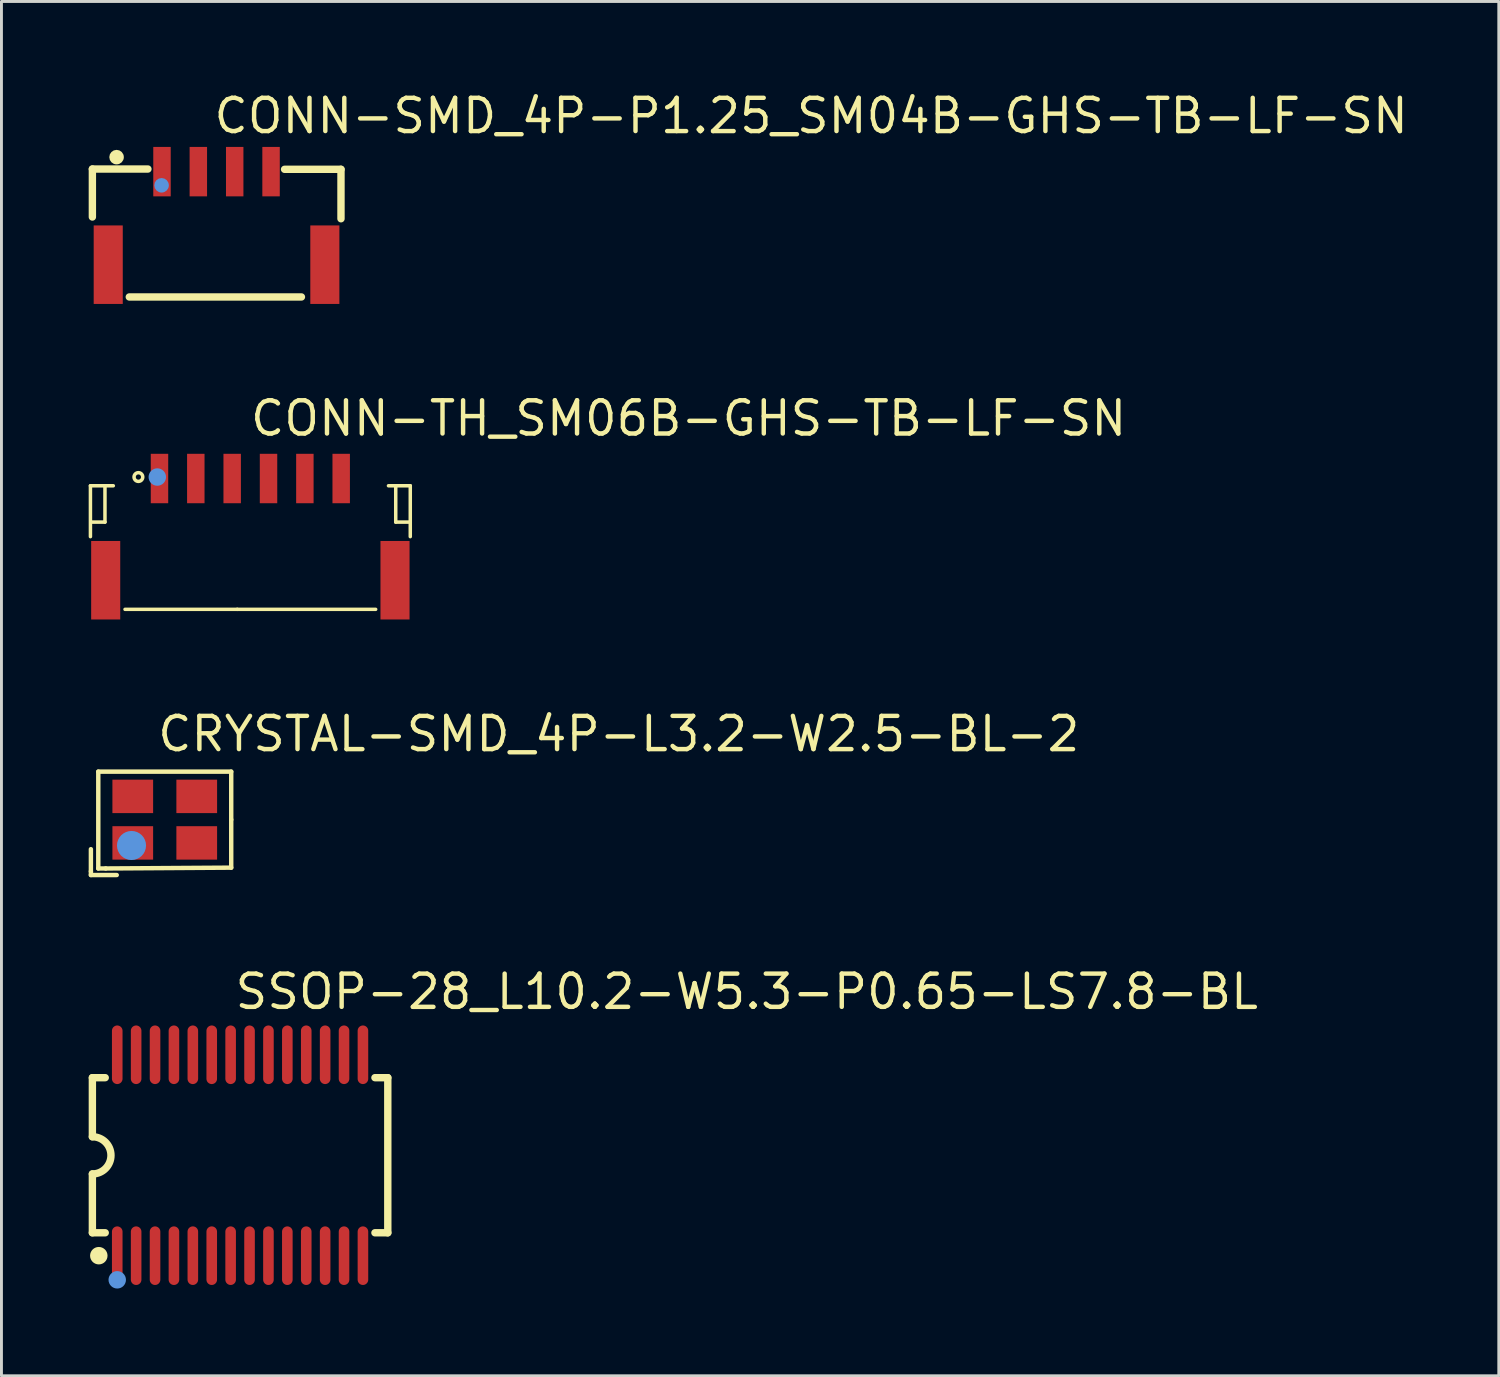
<source format=kicad_pcb>
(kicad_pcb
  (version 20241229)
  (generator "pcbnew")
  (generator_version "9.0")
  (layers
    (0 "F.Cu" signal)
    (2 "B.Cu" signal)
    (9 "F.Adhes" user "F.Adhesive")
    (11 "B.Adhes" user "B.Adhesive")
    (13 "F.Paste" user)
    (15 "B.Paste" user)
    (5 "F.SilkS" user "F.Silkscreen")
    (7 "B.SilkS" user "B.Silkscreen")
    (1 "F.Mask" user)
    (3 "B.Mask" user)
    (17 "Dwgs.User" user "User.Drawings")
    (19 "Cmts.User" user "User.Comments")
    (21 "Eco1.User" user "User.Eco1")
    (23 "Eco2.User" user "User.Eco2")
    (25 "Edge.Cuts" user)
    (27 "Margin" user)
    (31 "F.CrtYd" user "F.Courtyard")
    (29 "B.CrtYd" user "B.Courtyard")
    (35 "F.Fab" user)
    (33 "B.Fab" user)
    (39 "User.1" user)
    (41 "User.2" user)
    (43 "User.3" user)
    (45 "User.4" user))
  (footprint "CONN-TH_SM06B-GHS-TB-LF-SN"
    (layer "F.Cu")
    (at 5.56 15.156)
    (property "Reference" "CONN-TH_SM06B-GHS-TB-LF-SN" (at -0.077 -3.818 0) (layer "F.SilkS") (effects (font (size 1.143 1.143) (thickness 0.152)) (justify left)))
    (attr smd)
    (fp_line (start -5.5 -1.5) (end -4.713 -1.5) (stroke (width 0.12) (type solid)) (layer "F.SilkS"))
    (fp_line (start -5.5 0.25) (end -5.5 -1.5) (stroke (width 0.12) (type solid)) (layer "F.SilkS"))
    (fp_line (start -5 -1.5) (end -5 -0.25) (stroke (width 0.12) (type solid)) (layer "F.SilkS"))
    (fp_line (start -5 -0.25) (end -5.464 -0.25) (stroke (width 0.12) (type solid)) (layer "F.SilkS"))
    (fp_line (start -0.45 2.75) (end -4.31 2.75) (stroke (width 0.12) (type solid)) (layer "F.SilkS"))
    (fp_line (start -0.45 2.75) (end 4.31 2.75) (stroke (width 0.12) (type solid)) (layer "F.SilkS"))
    (fp_line (start 4.75 -1.5) (end 5.5 -1.5) (stroke (width 0.12) (type solid)) (layer "F.SilkS"))
    (fp_line (start 5 -1.5) (end 5 -0.25) (stroke (width 0.12) (type solid)) (layer "F.SilkS"))
    (fp_line (start 5 -0.25) (end 5.5 -0.25) (stroke (width 0.12) (type solid)) (layer "F.SilkS"))
    (fp_line (start 5.5 -1.5) (end 5.5 0.25) (stroke (width 0.12) (type solid)) (layer "F.SilkS"))
    (fp_circle (center -3.85 -1.8) (end -3.85 -1.65) (stroke (width 0.12) (type solid)) (fill no) (layer "F.SilkS"))
    (fp_circle (center -3.2 -1.8) (end -3.2 -1.65) (stroke (width 0.3) (type solid)) (fill no) (layer "Cmts.User"))
    (pad "1" smd rect (at -3.125 -1.749) (size 0.6 1.7) (layers "F.Cu" "F.Mask" "F.Paste"))
    (pad "2" smd rect (at -1.876 -1.749) (size 0.6 1.7) (layers "F.Cu" "F.Mask" "F.Paste"))
    (pad "3" smd rect (at -0.625 -1.749) (size 0.6 1.7) (layers "F.Cu" "F.Mask" "F.Paste"))
    (pad "4" smd rect (at 0.625 -1.749) (size 0.6 1.7) (layers "F.Cu" "F.Mask" "F.Paste"))
    (pad "5" smd rect (at 1.875 -1.749) (size 0.6 1.7) (layers "F.Cu" "F.Mask" "F.Paste"))
    (pad "6" smd rect (at 3.124 -1.749) (size 0.6 1.7) (layers "F.Cu" "F.Mask" "F.Paste"))
    (pad "7" smd rect (at -4.975 1.749) (size 1 2.7) (layers "F.Cu" "F.Mask" "F.Paste"))
    (pad "8" smd rect (at 4.975 1.749) (size 1 2.7) (layers "F.Cu" "F.Mask" "F.Paste")))
  (footprint "CRYSTAL-SMD_4P-L3.2-W2.5-BL-2"
    (layer "F.Cu")
    (at 2.616 25.139)
    (property "Reference" "CRYSTAL-SMD_4P-L3.2-W2.5-BL-2" (at -0.324 -2.947 0) (layer "F.SilkS") (effects (font (size 1.143 1.143) (thickness 0.152)) (justify left)))
    (attr smd)
    (fp_line (start -2.54 1.016) (end -2.54 1.778) (stroke (width 0.152) (type solid)) (layer "F.SilkS"))
    (fp_line (start -2.54 1.778) (end -2.54 1.905) (stroke (width 0.152) (type solid)) (layer "F.SilkS"))
    (fp_line (start -2.54 1.905) (end -1.651 1.905) (stroke (width 0.152) (type solid)) (layer "F.SilkS"))
    (fp_line (start -2.286 -1.651) (end 2.286 -1.651) (stroke (width 0.152) (type solid)) (layer "F.SilkS"))
    (fp_line (start -2.286 1.679) (end -2.286 -1.651) (stroke (width 0.152) (type solid)) (layer "F.SilkS"))
    (fp_line (start -2.03 1.679) (end -2.286 1.679) (stroke (width 0.152) (type solid)) (layer "F.SilkS"))
    (fp_line (start 2.286 -1.651) (end 2.286 -0.000279) (stroke (width 0.152) (type solid)) (layer "F.SilkS"))
    (fp_line (start 2.286 -0.000279) (end 2.286 1.651) (stroke (width 0.152) (type solid)) (layer "F.SilkS"))
    (fp_line (start 2.286 1.651) (end -2.03 1.679) (stroke (width 0.152) (type solid)) (layer "F.SilkS"))
    (fp_circle (center -1.143 0.889) (end -1.143 1.139) (stroke (width 0.5) (type solid)) (fill no) (layer "Cmts.User"))
    (pad "1" smd rect (at -1.1 0.8) (size 1.4 1.15) (layers "F.Cu" "F.Mask" "F.Paste"))
    (pad "2" smd rect (at 1.1 0.8) (size 1.4 1.15) (layers "F.Cu" "F.Mask" "F.Paste"))
    (pad "3" smd rect (at 1.1 -0.8) (size 1.4 1.15) (layers "F.Cu" "F.Mask" "F.Paste"))
    (pad "4" smd rect (at -1.1 -0.8) (size 1.4 1.15) (layers "F.Cu" "F.Mask" "F.Paste")))
  (footprint "CONN-SMD_4P-P1.25_SM04B-GHS-TB-LF-SN"
    (layer "F.Cu")
    (at 4.397 4.453)
    (property "Reference" "CONN-SMD_4P-P1.25_SM04B-GHS-TB-LF-SN" (at -0.169 -3.517 0) (layer "F.SilkS") (effects (font (size 1.143 1.143) (thickness 0.152)) (justify left)))
    (attr smd)
    (fp_line (start -4.27 -1.69) (end -4.27 -0.04) (stroke (width 0.254) (type solid)) (layer "F.SilkS"))
    (fp_line (start -3 2.71) (end 2.92 2.71) (stroke (width 0.254) (type solid)) (layer "F.SilkS"))
    (fp_line (start -2.36 -1.69) (end -4.27 -1.69) (stroke (width 0.254) (type solid)) (layer "F.SilkS"))
    (fp_line (start 2.34 -1.68) (end 4.28 -1.68) (stroke (width 0.254) (type solid)) (layer "F.SilkS"))
    (fp_line (start 4.28 -1.68) (end 4.28 0.02) (stroke (width 0.254) (type solid)) (layer "F.SilkS"))
    (fp_circle (center -3.438 -2.099) (end -3.438 -1.974) (stroke (width 0.25) (type solid)) (fill no) (layer "F.SilkS"))
    (fp_circle (center -1.89 -1.13) (end -1.89 -1.005) (stroke (width 0.25) (type solid)) (fill no) (layer "Cmts.User"))
    (pad "1" smd rect (at -1.876 -1.6) (size 0.6 1.7) (layers "F.Cu" "F.Mask" "F.Paste"))
    (pad "2" smd rect (at -0.626 -1.6) (size 0.6 1.7) (layers "F.Cu" "F.Mask" "F.Paste"))
    (pad "3" smd rect (at 0.625 -1.6) (size 0.6 1.7) (layers "F.Cu" "F.Mask" "F.Paste"))
    (pad "4" smd rect (at 1.875 -1.6) (size 0.6 1.7) (layers "F.Cu" "F.Mask" "F.Paste"))
    (pad "5" smd rect (at 3.725 1.6) (size 1 2.7) (layers "F.Cu" "F.Mask" "F.Paste"))
    (pad "6" smd rect (at -3.725 1.6) (size 1 2.7) (layers "F.Cu" "F.Mask" "F.Paste")))
  (footprint "SSOP-28_L10.2-W5.3-P0.65-LS7.8-BL"
    (layer "F.Cu")
    (at 5.207 36.68)
    (property "Reference" "SSOP-28_L10.2-W5.3-P0.65-LS7.8-BL" (at -0.254 -5.624 0) (layer "F.SilkS") (effects (font (size 1.143 1.143) (thickness 0.152)) (justify left)))
    (attr smd)
    (fp_line (start -5.08 -2.667) (end -5.08 -0.635) (stroke (width 0.254) (type solid)) (layer "F.SilkS"))
    (fp_line (start -5.08 -2.667) (end -4.638 -2.667) (stroke (width 0.254) (type solid)) (layer "F.SilkS"))
    (fp_line (start -5.08 2.667) (end -5.08 0.644) (stroke (width 0.254) (type solid)) (layer "F.SilkS"))
    (fp_line (start -5.08 2.667) (end -4.638 2.667) (stroke (width 0.254) (type solid)) (layer "F.SilkS"))
    (fp_line (start 4.638 -2.667) (end 5.08 -2.667) (stroke (width 0.254) (type solid)) (layer "F.SilkS"))
    (fp_line (start 4.638 2.667) (end 5.08 2.667) (stroke (width 0.254) (type solid)) (layer "F.SilkS"))
    (fp_line (start 5.08 -2.667) (end 5.08 2.667) (stroke (width 0.254) (type solid)) (layer "F.SilkS"))
    (fp_arc (start -5.08 -0.635) (mid -4.440504 0.004496) (end -5.08 0.643992) (stroke (width 0.254) (type solid)) (layer "F.SilkS"))
    (fp_circle (center -4.859 3.455) (end -4.859 3.605) (stroke (width 0.3) (type solid)) (fill no) (layer "F.SilkS"))
    (fp_circle (center -4.225 4.285) (end -4.225 4.435) (stroke (width 0.3) (type solid)) (fill no) (layer "Cmts.User"))
    (pad "1" smd oval (at -4.225 3.455) (size 0.364 2.015) (layers "F.Cu" "F.Mask" "F.Paste"))
    (pad "2" smd oval (at -3.575 3.455) (size 0.364 2.015) (layers "F.Cu" "F.Mask" "F.Paste"))
    (pad "3" smd oval (at -2.925 3.455) (size 0.364 2.015) (layers "F.Cu" "F.Mask" "F.Paste"))
    (pad "4" smd oval (at -2.275 3.455) (size 0.364 2.015) (layers "F.Cu" "F.Mask" "F.Paste"))
    (pad "5" smd oval (at -1.625 3.455) (size 0.364 2.015) (layers "F.Cu" "F.Mask" "F.Paste"))
    (pad "6" smd oval (at -0.975 3.455) (size 0.364 2.015) (layers "F.Cu" "F.Mask" "F.Paste"))
    (pad "7" smd oval (at -0.325 3.455) (size 0.364 2.015) (layers "F.Cu" "F.Mask" "F.Paste"))
    (pad "8" smd oval (at 0.325 3.455) (size 0.364 2.015) (layers "F.Cu" "F.Mask" "F.Paste"))
    (pad "9" smd oval (at 0.975 3.455) (size 0.364 2.015) (layers "F.Cu" "F.Mask" "F.Paste"))
    (pad "10" smd oval (at 1.625 3.455) (size 0.364 2.015) (layers "F.Cu" "F.Mask" "F.Paste"))
    (pad "11" smd oval (at 2.275 3.455) (size 0.364 2.015) (layers "F.Cu" "F.Mask" "F.Paste"))
    (pad "12" smd oval (at 2.925 3.455) (size 0.364 2.015) (layers "F.Cu" "F.Mask" "F.Paste"))
    (pad "13" smd oval (at 3.575 3.455) (size 0.364 2.015) (layers "F.Cu" "F.Mask" "F.Paste"))
    (pad "14" smd oval (at 4.225 3.455) (size 0.364 2.015) (layers "F.Cu" "F.Mask" "F.Paste"))
    (pad "15" smd oval (at 4.225 -3.455) (size 0.364 2.015) (layers "F.Cu" "F.Mask" "F.Paste"))
    (pad "16" smd oval (at 3.575 -3.455) (size 0.364 2.015) (layers "F.Cu" "F.Mask" "F.Paste"))
    (pad "17" smd oval (at 2.925 -3.455) (size 0.364 2.015) (layers "F.Cu" "F.Mask" "F.Paste"))
    (pad "18" smd oval (at 2.275 -3.455) (size 0.364 2.015) (layers "F.Cu" "F.Mask" "F.Paste"))
    (pad "19" smd oval (at 1.625 -3.455) (size 0.364 2.015) (layers "F.Cu" "F.Mask" "F.Paste"))
    (pad "20" smd oval (at 0.975 -3.455) (size 0.364 2.015) (layers "F.Cu" "F.Mask" "F.Paste"))
    (pad "21" smd oval (at 0.325 -3.455) (size 0.364 2.015) (layers "F.Cu" "F.Mask" "F.Paste"))
    (pad "22" smd oval (at -0.325 -3.455) (size 0.364 2.015) (layers "F.Cu" "F.Mask" "F.Paste"))
    (pad "23" smd oval (at -0.975 -3.455) (size 0.364 2.015) (layers "F.Cu" "F.Mask" "F.Paste"))
    (pad "24" smd oval (at -1.625 -3.455) (size 0.364 2.015) (layers "F.Cu" "F.Mask" "F.Paste"))
    (pad "25" smd oval (at -2.275 -3.455) (size 0.364 2.015) (layers "F.Cu" "F.Mask" "F.Paste"))
    (pad "26" smd oval (at -2.925 -3.455) (size 0.364 2.015) (layers "F.Cu" "F.Mask" "F.Paste"))
    (pad "27" smd oval (at -3.575 -3.455) (size 0.364 2.015) (layers "F.Cu" "F.Mask" "F.Paste"))
    (pad "28" smd oval (at -4.225 -3.455) (size 0.364 2.015) (layers "F.Cu" "F.Mask" "F.Paste")))
  (gr_rect
    (start -3 -3)
    (end 48.496 44.266)
    (stroke (width 0.1) (type default))
    (fill no)
    (layer "Edge.Cuts")))
</source>
